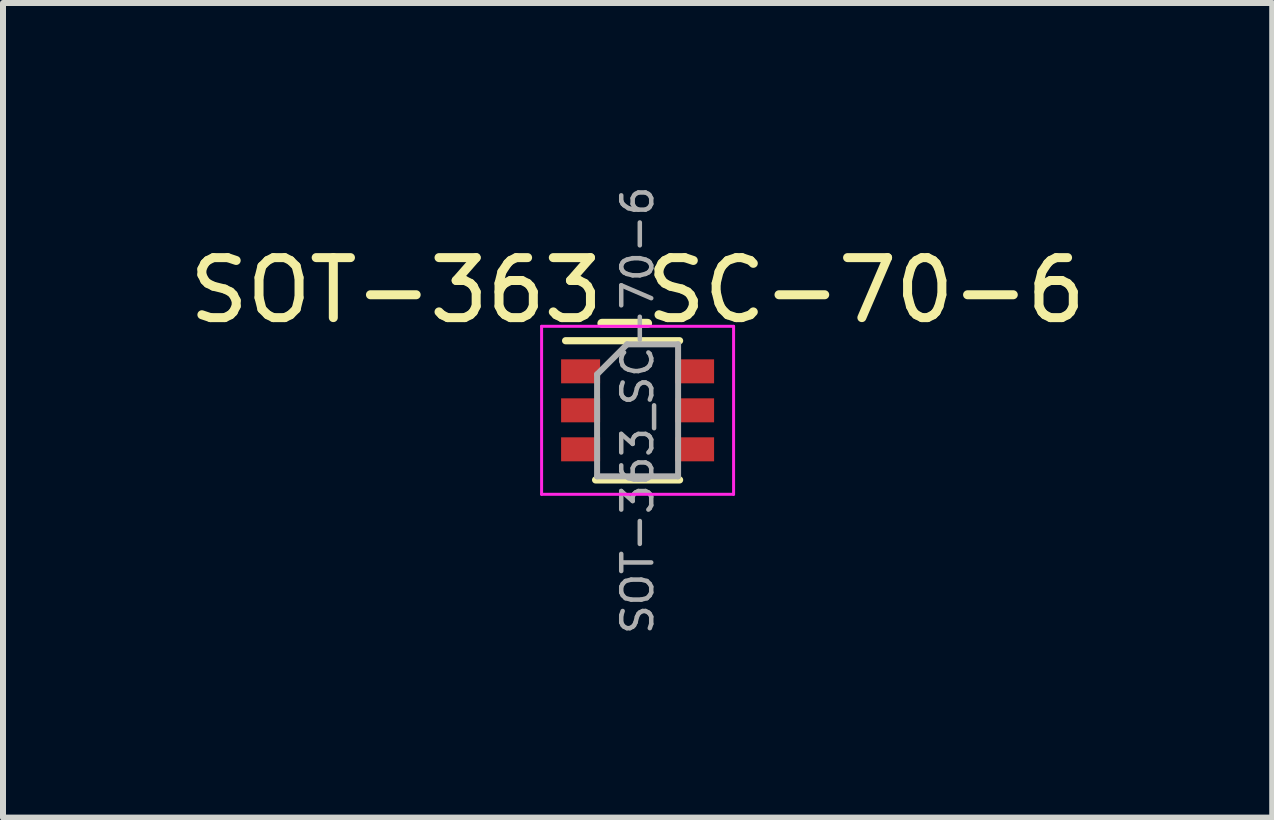
<source format=kicad_pcb>
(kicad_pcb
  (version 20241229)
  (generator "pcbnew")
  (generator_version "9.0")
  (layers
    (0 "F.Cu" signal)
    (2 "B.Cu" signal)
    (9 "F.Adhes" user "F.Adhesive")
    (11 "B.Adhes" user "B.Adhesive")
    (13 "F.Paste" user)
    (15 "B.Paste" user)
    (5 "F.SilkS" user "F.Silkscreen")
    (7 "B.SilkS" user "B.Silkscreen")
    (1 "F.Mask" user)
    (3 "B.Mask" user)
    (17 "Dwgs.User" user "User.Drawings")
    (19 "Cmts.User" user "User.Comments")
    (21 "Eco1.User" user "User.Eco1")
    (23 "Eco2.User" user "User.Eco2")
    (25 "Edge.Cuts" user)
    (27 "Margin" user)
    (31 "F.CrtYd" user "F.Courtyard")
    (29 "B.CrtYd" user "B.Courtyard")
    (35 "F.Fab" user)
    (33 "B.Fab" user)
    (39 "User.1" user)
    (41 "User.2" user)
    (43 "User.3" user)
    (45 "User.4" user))
  (footprint "SOT-363_SC-70-6"
    (layer "F.Cu")
    (at 7.577 3.789)
    (property "Reference" "SOT-363_SC-70-6" (at 0 -2 0) (layer "F.SilkS") (effects (font (size 1 1) (thickness 0.15))))
    (attr smd)
    (fp_line (start -0.7 1.16) (end 0.7 1.16) (stroke (width 0.12) (type solid)) (layer "F.SilkS"))
    (fp_line (start 0.7 -1.16) (end -1.2 -1.16) (stroke (width 0.12) (type solid)) (layer "F.SilkS"))
    (fp_line (start -1.6 -1.4) (end -1.6 1.4) (stroke (width 0.05) (type solid)) (layer "F.CrtYd"))
    (fp_line (start -1.6 -1.4) (end 1.6 -1.4) (stroke (width 0.05) (type solid)) (layer "F.CrtYd"))
    (fp_line (start -1.6 1.4) (end 1.6 1.4) (stroke (width 0.05) (type solid)) (layer "F.CrtYd"))
    (fp_line (start 1.6 1.4) (end 1.6 -1.4) (stroke (width 0.05) (type solid)) (layer "F.CrtYd"))
    (fp_line (start -0.675 -0.6) (end -0.675 1.1) (stroke (width 0.1) (type solid)) (layer "F.Fab"))
    (fp_line (start -0.175 -1.1) (end -0.675 -0.6) (stroke (width 0.1) (type solid)) (layer "F.Fab"))
    (fp_line (start 0.675 -1.1) (end -0.175 -1.1) (stroke (width 0.1) (type solid)) (layer "F.Fab"))
    (fp_line (start 0.675 -1.1) (end 0.675 1.1) (stroke (width 0.1) (type solid)) (layer "F.Fab"))
    (fp_line (start 0.675 1.1) (end -0.675 1.1) (stroke (width 0.1) (type solid)) (layer "F.Fab"))
    (fp_text user "${REFERENCE}" (at 0 0 90) (layer "F.Fab") (effects (font (size 0.5 0.5) (thickness 0.075))))
    (pad "1" smd rect (at -0.95 -0.65) (size 0.65 0.4) (layers "F.Cu" "F.Mask" "F.Paste"))
    (pad "2" smd rect (at -0.95 0) (size 0.65 0.4) (layers "F.Cu" "F.Mask" "F.Paste"))
    (pad "3" smd rect (at -0.95 0.65) (size 0.65 0.4) (layers "F.Cu" "F.Mask" "F.Paste"))
    (pad "4" smd rect (at 0.95 0.65) (size 0.65 0.4) (layers "F.Cu" "F.Mask" "F.Paste"))
    (pad "5" smd rect (at 0.95 0) (size 0.65 0.4) (layers "F.Cu" "F.Mask" "F.Paste"))
    (pad "6" smd rect (at 0.95 -0.65) (size 0.65 0.4) (layers "F.Cu" "F.Mask" "F.Paste")))
  (gr_rect
    (start -3 -3)
    (end 18.155 10.577)
    (stroke (width 0.1) (type default))
    (fill no)
    (layer "Edge.Cuts")))
</source>
